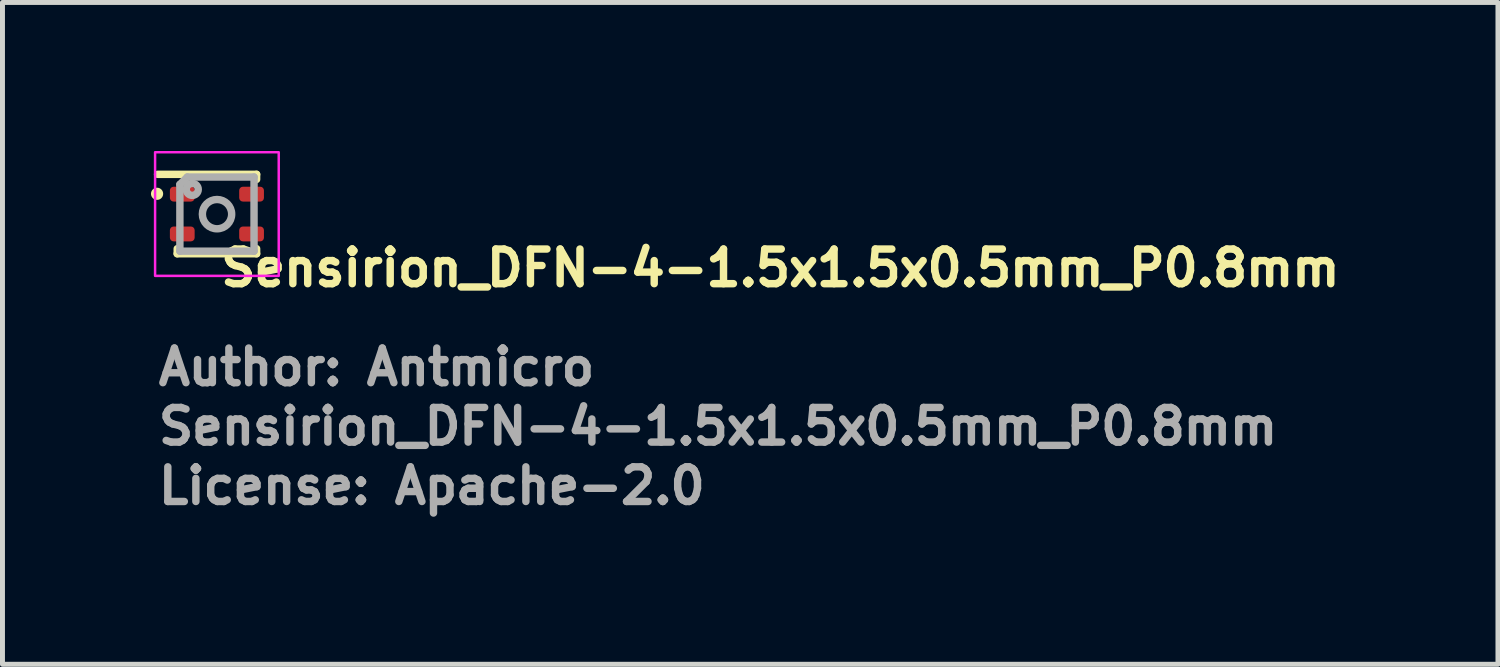
<source format=kicad_pcb>
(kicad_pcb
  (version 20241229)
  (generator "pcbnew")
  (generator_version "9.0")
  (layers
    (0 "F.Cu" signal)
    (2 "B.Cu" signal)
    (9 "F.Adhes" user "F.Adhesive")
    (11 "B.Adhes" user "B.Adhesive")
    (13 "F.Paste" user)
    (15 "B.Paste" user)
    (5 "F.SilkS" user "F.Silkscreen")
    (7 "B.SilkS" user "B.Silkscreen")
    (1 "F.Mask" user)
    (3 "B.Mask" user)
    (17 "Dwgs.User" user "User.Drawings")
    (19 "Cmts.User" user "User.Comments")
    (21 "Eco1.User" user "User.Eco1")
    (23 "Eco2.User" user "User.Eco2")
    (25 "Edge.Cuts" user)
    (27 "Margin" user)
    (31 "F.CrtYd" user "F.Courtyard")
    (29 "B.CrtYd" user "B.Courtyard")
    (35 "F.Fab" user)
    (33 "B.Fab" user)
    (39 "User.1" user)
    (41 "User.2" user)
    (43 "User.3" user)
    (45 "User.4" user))
  (footprint "Sensirion_DFN-4-1.5x1.5x0.5mm_P0.8mm"
    (layer "F.Cu")
    (at 1.333 1.275)
    (property "Reference" "Sensirion_DFN-4-1.5x1.5x0.5mm_P0.8mm" (at 0.001 1.499 0) (unlocked yes) (layer "F.SilkS") (effects (font (size 0.7 0.7) (thickness 0.15)) (justify left bottom)))
    (attr smd)
    (fp_line (start -0.803 0.699) (end -0.803 0.801) (stroke (width 0.15) (type solid)) (layer "F.SilkS"))
    (fp_line (start -0.803 0.801) (end 0.801 0.801) (stroke (width 0.15) (type solid)) (layer "F.SilkS"))
    (fp_line (start 0.801 -0.803) (end -1.2 -0.803) (stroke (width 0.15) (type solid)) (layer "F.SilkS"))
    (fp_line (start 0.801 -0.701) (end 0.801 -0.803) (stroke (width 0.15) (type solid)) (layer "F.SilkS"))
    (fp_line (start 0.801 0.801) (end 0.801 0.699) (stroke (width 0.15) (type solid)) (layer "F.SilkS"))
    (fp_circle (center -1.21 -0.41) (end -1.162 -0.41) (stroke (width 0.15) (type solid)) (fill yes) (layer "F.SilkS"))
    (fp_rect (start -1.25 -1.25) (end 1.248 1.248) (stroke (width 0.05) (type solid)) (fill no) (layer "F.CrtYd"))
    (fp_line (start -0.749 -0.599) (end -0.599 -0.749) (stroke (width 0.15) (type solid)) (layer "F.Fab"))
    (fp_line (start -0.749 0.749) (end -0.749 -0.599) (stroke (width 0.15) (type solid)) (layer "F.Fab"))
    (fp_line (start -0.599 -0.749) (end 0.749 -0.749) (stroke (width 0.15) (type solid)) (layer "F.Fab"))
    (fp_line (start 0.749 -0.749) (end 0.749 0.749) (stroke (width 0.15) (type solid)) (layer "F.Fab"))
    (fp_line (start 0.749 0.749) (end -0.749 0.749) (stroke (width 0.15) (type solid)) (layer "F.Fab"))
    (fp_circle (center -0.499 -0.499) (end -0.453 -0.499) (stroke (width 0.15) (type solid)) (fill no) (layer "F.Fab"))
    (fp_circle (center 0.001 0.001) (end 0.297 0.001) (stroke (width 0.15) (type solid)) (fill no) (layer "F.Fab"))
    (fp_rect (start -0.75 -0.75) (end 0.748 0.748) (stroke (width 0.1) (type solid)) (fill no) (layer "User.5"))
    (fp_line (start -0.75 -0.553) (end -0.75 -0.249) (stroke (width 0.02) (type solid)) (layer "User.9"))
    (fp_line (start -0.75 -0.249) (end -0.749 -0.249) (stroke (width 0.02) (type solid)) (layer "User.9"))
    (fp_line (start -0.75 0.247) (end -0.75 0.551) (stroke (width 0.02) (type solid)) (layer "User.9"))
    (fp_line (start -0.75 0.551) (end -0.749 0.551) (stroke (width 0.02) (type solid)) (layer "User.9"))
    (fp_line (start -0.749 -0.749) (end -0.749 0.747) (stroke (width 0.02) (type solid)) (layer "User.9"))
    (fp_line (start -0.749 -0.749) (end 0.747 -0.749) (stroke (width 0.02) (type solid)) (layer "User.9"))
    (fp_line (start -0.749 -0.553) (end -0.75 -0.553) (stroke (width 0.02) (type solid)) (layer "User.9"))
    (fp_line (start -0.749 0.247) (end -0.75 0.247) (stroke (width 0.02) (type solid)) (layer "User.9"))
    (fp_line (start -0.749 0.747) (end 0.747 0.747) (stroke (width 0.02) (type solid)) (layer "User.9"))
    (fp_line (start -0.624 -0.53) (end -0.624 -0.522) (stroke (width 0.02) (type solid)) (layer "User.9"))
    (fp_line (start -0.624 -0.522) (end -0.624 -0.515) (stroke (width 0.02) (type solid)) (layer "User.9"))
    (fp_line (start -0.624 -0.515) (end -0.624 -0.505) (stroke (width 0.02) (type solid)) (layer "User.9"))
    (fp_line (start -0.624 -0.505) (end -0.624 -0.497) (stroke (width 0.02) (type solid)) (layer "User.9"))
    (fp_line (start -0.624 -0.497) (end -0.622 -0.49) (stroke (width 0.02) (type solid)) (layer "User.9"))
    (fp_line (start -0.622 -0.537) (end -0.624 -0.53) (stroke (width 0.02) (type solid)) (layer "User.9"))
    (fp_line (start -0.622 -0.49) (end -0.621 -0.483) (stroke (width 0.02) (type solid)) (layer "User.9"))
    (fp_line (start -0.621 -0.544) (end -0.622 -0.537) (stroke (width 0.02) (type solid)) (layer "User.9"))
    (fp_line (start -0.621 -0.483) (end -0.619 -0.478) (stroke (width 0.02) (type solid)) (layer "User.9"))
    (fp_line (start -0.619 -0.551) (end -0.621 -0.544) (stroke (width 0.02) (type solid)) (layer "User.9"))
    (fp_line (start -0.619 -0.478) (end -0.616 -0.471) (stroke (width 0.02) (type solid)) (layer "User.9"))
    (fp_line (start -0.616 -0.558) (end -0.619 -0.551) (stroke (width 0.02) (type solid)) (layer "User.9"))
    (fp_line (start -0.616 -0.471) (end -0.613 -0.465) (stroke (width 0.02) (type solid)) (layer "User.9"))
    (fp_line (start -0.613 -0.564) (end -0.616 -0.558) (stroke (width 0.02) (type solid)) (layer "User.9"))
    (fp_line (start -0.613 -0.465) (end -0.609 -0.459) (stroke (width 0.02) (type solid)) (layer "User.9"))
    (fp_line (start -0.609 -0.57) (end -0.613 -0.564) (stroke (width 0.02) (type solid)) (layer "User.9"))
    (fp_line (start -0.609 -0.57) (end -0.609 -0.57) (stroke (width 0.02) (type solid)) (layer "User.9"))
    (fp_line (start -0.609 -0.459) (end -0.609 -0.459) (stroke (width 0.02) (type solid)) (layer "User.9"))
    (fp_line (start -0.609 -0.459) (end -0.607 -0.456) (stroke (width 0.02) (type solid)) (layer "User.9"))
    (fp_line (start -0.607 -0.456) (end -0.605 -0.452) (stroke (width 0.02) (type solid)) (layer "User.9"))
    (fp_line (start -0.605 -0.577) (end -0.609 -0.57) (stroke (width 0.02) (type solid)) (layer "User.9"))
    (fp_line (start -0.605 -0.452) (end -0.603 -0.446) (stroke (width 0.02) (type solid)) (layer "User.9"))
    (fp_line (start -0.603 -0.446) (end -0.601 -0.443) (stroke (width 0.02) (type solid)) (layer "User.9"))
    (fp_line (start -0.601 -0.581) (end -0.605 -0.577) (stroke (width 0.02) (type solid)) (layer "User.9"))
    (fp_line (start -0.601 -0.443) (end -0.599 -0.44) (stroke (width 0.02) (type solid)) (layer "User.9"))
    (fp_line (start -0.599 -0.44) (end -0.596 -0.438) (stroke (width 0.02) (type solid)) (layer "User.9"))
    (fp_line (start -0.596 -0.586) (end -0.601 -0.581) (stroke (width 0.02) (type solid)) (layer "User.9"))
    (fp_line (start -0.596 -0.438) (end -0.594 -0.435) (stroke (width 0.02) (type solid)) (layer "User.9"))
    (fp_line (start -0.594 -0.435) (end -0.591 -0.432) (stroke (width 0.02) (type solid)) (layer "User.9"))
    (fp_line (start -0.591 -0.592) (end -0.596 -0.586) (stroke (width 0.02) (type solid)) (layer "User.9"))
    (fp_line (start -0.591 -0.432) (end -0.589 -0.43) (stroke (width 0.02) (type solid)) (layer "User.9"))
    (fp_line (start -0.589 -0.43) (end -0.586 -0.427) (stroke (width 0.02) (type solid)) (layer "User.9"))
    (fp_line (start -0.586 -0.597) (end -0.591 -0.592) (stroke (width 0.02) (type solid)) (layer "User.9"))
    (fp_line (start -0.586 -0.427) (end -0.583 -0.425) (stroke (width 0.02) (type solid)) (layer "User.9"))
    (fp_line (start -0.583 -0.425) (end -0.58 -0.423) (stroke (width 0.02) (type solid)) (layer "User.9"))
    (fp_line (start -0.58 -0.601) (end -0.586 -0.597) (stroke (width 0.02) (type solid)) (layer "User.9"))
    (fp_line (start -0.58 -0.423) (end -0.577 -0.42) (stroke (width 0.02) (type solid)) (layer "User.9"))
    (fp_line (start -0.577 -0.42) (end -0.576 -0.418) (stroke (width 0.02) (type solid)) (layer "User.9"))
    (fp_line (start -0.576 -0.606) (end -0.58 -0.601) (stroke (width 0.02) (type solid)) (layer "User.9"))
    (fp_line (start -0.576 -0.418) (end -0.573 -0.417) (stroke (width 0.02) (type solid)) (layer "User.9"))
    (fp_line (start -0.573 -0.417) (end -0.57 -0.417) (stroke (width 0.02) (type solid)) (layer "User.9"))
    (fp_line (start -0.57 -0.609) (end -0.576 -0.606) (stroke (width 0.02) (type solid)) (layer "User.9"))
    (fp_line (start -0.57 -0.417) (end -0.567 -0.415) (stroke (width 0.02) (type solid)) (layer "User.9"))
    (fp_line (start -0.567 -0.415) (end -0.564 -0.413) (stroke (width 0.02) (type solid)) (layer "User.9"))
    (fp_line (start -0.564 -0.613) (end -0.57 -0.609) (stroke (width 0.02) (type solid)) (layer "User.9"))
    (fp_line (start -0.564 -0.413) (end -0.562 -0.412) (stroke (width 0.02) (type solid)) (layer "User.9"))
    (fp_line (start -0.562 -0.412) (end -0.558 -0.41) (stroke (width 0.02) (type solid)) (layer "User.9"))
    (fp_line (start -0.558 -0.616) (end -0.564 -0.613) (stroke (width 0.02) (type solid)) (layer "User.9"))
    (fp_line (start -0.558 -0.41) (end -0.555 -0.409) (stroke (width 0.02) (type solid)) (layer "User.9"))
    (fp_line (start -0.555 -0.409) (end -0.551 -0.408) (stroke (width 0.02) (type solid)) (layer "User.9"))
    (fp_line (start -0.551 -0.618) (end -0.558 -0.616) (stroke (width 0.02) (type solid)) (layer "User.9"))
    (fp_line (start -0.551 -0.408) (end -0.548 -0.407) (stroke (width 0.02) (type solid)) (layer "User.9"))
    (fp_line (start -0.548 -0.407) (end -0.544 -0.406) (stroke (width 0.02) (type solid)) (layer "User.9"))
    (fp_line (start -0.544 -0.621) (end -0.551 -0.618) (stroke (width 0.02) (type solid)) (layer "User.9"))
    (fp_line (start -0.544 -0.406) (end -0.541 -0.405) (stroke (width 0.02) (type solid)) (layer "User.9"))
    (fp_line (start -0.541 -0.405) (end -0.537 -0.405) (stroke (width 0.02) (type solid)) (layer "User.9"))
    (fp_line (start -0.537 -0.622) (end -0.544 -0.621) (stroke (width 0.02) (type solid)) (layer "User.9"))
    (fp_line (start -0.537 -0.405) (end -0.534 -0.404) (stroke (width 0.02) (type solid)) (layer "User.9"))
    (fp_line (start -0.534 -0.404) (end -0.53 -0.403) (stroke (width 0.02) (type solid)) (layer "User.9"))
    (fp_line (start -0.53 -0.624) (end -0.537 -0.622) (stroke (width 0.02) (type solid)) (layer "User.9"))
    (fp_line (start -0.53 -0.403) (end -0.526 -0.403) (stroke (width 0.02) (type solid)) (layer "User.9"))
    (fp_line (start -0.526 -0.403) (end -0.522 -0.403) (stroke (width 0.02) (type solid)) (layer "User.9"))
    (fp_line (start -0.522 -0.624) (end -0.53 -0.624) (stroke (width 0.02) (type solid)) (layer "User.9"))
    (fp_line (start -0.522 -0.403) (end -0.519 -0.403) (stroke (width 0.02) (type solid)) (layer "User.9"))
    (fp_line (start -0.519 -0.403) (end -0.515 -0.403) (stroke (width 0.02) (type solid)) (layer "User.9"))
    (fp_line (start -0.515 -0.624) (end -0.522 -0.624) (stroke (width 0.02) (type solid)) (layer "User.9"))
    (fp_line (start -0.515 -0.403) (end -0.505 -0.403) (stroke (width 0.02) (type solid)) (layer "User.9"))
    (fp_line (start -0.508 -0.624) (end -0.515 -0.624) (stroke (width 0.02) (type solid)) (layer "User.9"))
    (fp_line (start -0.505 -0.624) (end -0.508 -0.624) (stroke (width 0.02) (type solid)) (layer "User.9"))
    (fp_line (start -0.505 -0.403) (end -0.497 -0.403) (stroke (width 0.02) (type solid)) (layer "User.9"))
    (fp_line (start -0.501 -0.624) (end -0.505 -0.624) (stroke (width 0.02) (type solid)) (layer "User.9"))
    (fp_line (start -0.497 -0.624) (end -0.501 -0.624) (stroke (width 0.02) (type solid)) (layer "User.9"))
    (fp_line (start -0.497 -0.403) (end -0.49 -0.405) (stroke (width 0.02) (type solid)) (layer "User.9"))
    (fp_line (start -0.493 -0.623) (end -0.497 -0.624) (stroke (width 0.02) (type solid)) (layer "User.9"))
    (fp_line (start -0.49 -0.622) (end -0.493 -0.623) (stroke (width 0.02) (type solid)) (layer "User.9"))
    (fp_line (start -0.49 -0.405) (end -0.483 -0.406) (stroke (width 0.02) (type solid)) (layer "User.9"))
    (fp_line (start -0.486 -0.622) (end -0.49 -0.622) (stroke (width 0.02) (type solid)) (layer "User.9"))
    (fp_line (start -0.483 -0.621) (end -0.486 -0.622) (stroke (width 0.02) (type solid)) (layer "User.9"))
    (fp_line (start -0.483 -0.406) (end -0.478 -0.408) (stroke (width 0.02) (type solid)) (layer "User.9"))
    (fp_line (start -0.48 -0.62) (end -0.483 -0.621) (stroke (width 0.02) (type solid)) (layer "User.9"))
    (fp_line (start -0.478 -0.618) (end -0.48 -0.62) (stroke (width 0.02) (type solid)) (layer "User.9"))
    (fp_line (start -0.478 -0.408) (end -0.471 -0.41) (stroke (width 0.02) (type solid)) (layer "User.9"))
    (fp_line (start -0.474 -0.617) (end -0.478 -0.618) (stroke (width 0.02) (type solid)) (layer "User.9"))
    (fp_line (start -0.471 -0.616) (end -0.474 -0.617) (stroke (width 0.02) (type solid)) (layer "User.9"))
    (fp_line (start -0.471 -0.41) (end -0.465 -0.413) (stroke (width 0.02) (type solid)) (layer "User.9"))
    (fp_line (start -0.468 -0.614) (end -0.471 -0.616) (stroke (width 0.02) (type solid)) (layer "User.9"))
    (fp_line (start -0.465 -0.613) (end -0.468 -0.614) (stroke (width 0.02) (type solid)) (layer "User.9"))
    (fp_line (start -0.465 -0.413) (end -0.459 -0.417) (stroke (width 0.02) (type solid)) (layer "User.9"))
    (fp_line (start -0.462 -0.611) (end -0.465 -0.613) (stroke (width 0.02) (type solid)) (layer "User.9"))
    (fp_line (start -0.459 -0.609) (end -0.462 -0.611) (stroke (width 0.02) (type solid)) (layer "User.9"))
    (fp_line (start -0.459 -0.417) (end -0.453 -0.418) (stroke (width 0.02) (type solid)) (layer "User.9"))
    (fp_line (start -0.456 -0.608) (end -0.459 -0.609) (stroke (width 0.02) (type solid)) (layer "User.9"))
    (fp_line (start -0.453 -0.606) (end -0.456 -0.608) (stroke (width 0.02) (type solid)) (layer "User.9"))
    (fp_line (start -0.453 -0.418) (end -0.444 -0.423) (stroke (width 0.02) (type solid)) (layer "User.9"))
    (fp_line (start -0.447 -0.604) (end -0.453 -0.606) (stroke (width 0.02) (type solid)) (layer "User.9"))
    (fp_line (start -0.444 -0.601) (end -0.447 -0.604) (stroke (width 0.02) (type solid)) (layer "User.9"))
    (fp_line (start -0.444 -0.423) (end -0.438 -0.427) (stroke (width 0.02) (type solid)) (layer "User.9"))
    (fp_line (start -0.441 -0.599) (end -0.444 -0.601) (stroke (width 0.02) (type solid)) (layer "User.9"))
    (fp_line (start -0.438 -0.597) (end -0.441 -0.599) (stroke (width 0.02) (type solid)) (layer "User.9"))
    (fp_line (start -0.438 -0.427) (end -0.433 -0.432) (stroke (width 0.02) (type solid)) (layer "User.9"))
    (fp_line (start -0.435 -0.594) (end -0.438 -0.597) (stroke (width 0.02) (type solid)) (layer "User.9"))
    (fp_line (start -0.433 -0.592) (end -0.435 -0.594) (stroke (width 0.02) (type solid)) (layer "User.9"))
    (fp_line (start -0.433 -0.432) (end -0.428 -0.438) (stroke (width 0.02) (type solid)) (layer "User.9"))
    (fp_line (start -0.43 -0.589) (end -0.433 -0.592) (stroke (width 0.02) (type solid)) (layer "User.9"))
    (fp_line (start -0.428 -0.586) (end -0.43 -0.589) (stroke (width 0.02) (type solid)) (layer "User.9"))
    (fp_line (start -0.428 -0.438) (end -0.423 -0.443) (stroke (width 0.02) (type solid)) (layer "User.9"))
    (fp_line (start -0.425 -0.584) (end -0.428 -0.586) (stroke (width 0.02) (type solid)) (layer "User.9"))
    (fp_line (start -0.423 -0.581) (end -0.425 -0.584) (stroke (width 0.02) (type solid)) (layer "User.9"))
    (fp_line (start -0.423 -0.443) (end -0.419 -0.452) (stroke (width 0.02) (type solid)) (layer "User.9"))
    (fp_line (start -0.421 -0.578) (end -0.423 -0.581) (stroke (width 0.02) (type solid)) (layer "User.9"))
    (fp_line (start -0.419 -0.577) (end -0.421 -0.578) (stroke (width 0.02) (type solid)) (layer "User.9"))
    (fp_line (start -0.419 -0.452) (end -0.417 -0.459) (stroke (width 0.02) (type solid)) (layer "User.9"))
    (fp_line (start -0.417 -0.573) (end -0.419 -0.577) (stroke (width 0.02) (type solid)) (layer "User.9"))
    (fp_line (start -0.417 -0.57) (end -0.417 -0.573) (stroke (width 0.02) (type solid)) (layer "User.9"))
    (fp_line (start -0.417 -0.57) (end -0.417 -0.57) (stroke (width 0.02) (type solid)) (layer "User.9"))
    (fp_line (start -0.417 -0.459) (end -0.417 -0.459) (stroke (width 0.02) (type solid)) (layer "User.9"))
    (fp_line (start -0.417 -0.459) (end -0.413 -0.465) (stroke (width 0.02) (type solid)) (layer "User.9"))
    (fp_line (start -0.413 -0.564) (end -0.417 -0.57) (stroke (width 0.02) (type solid)) (layer "User.9"))
    (fp_line (start -0.413 -0.465) (end -0.41 -0.471) (stroke (width 0.02) (type solid)) (layer "User.9"))
    (fp_line (start -0.41 -0.558) (end -0.413 -0.564) (stroke (width 0.02) (type solid)) (layer "User.9"))
    (fp_line (start -0.41 -0.471) (end -0.407 -0.478) (stroke (width 0.02) (type solid)) (layer "User.9"))
    (fp_line (start -0.407 -0.551) (end -0.41 -0.558) (stroke (width 0.02) (type solid)) (layer "User.9"))
    (fp_line (start -0.407 -0.478) (end -0.406 -0.483) (stroke (width 0.02) (type solid)) (layer "User.9"))
    (fp_line (start -0.406 -0.544) (end -0.407 -0.551) (stroke (width 0.02) (type solid)) (layer "User.9"))
    (fp_line (start -0.406 -0.483) (end -0.405 -0.49) (stroke (width 0.02) (type solid)) (layer "User.9"))
    (fp_line (start -0.405 -0.537) (end -0.406 -0.544) (stroke (width 0.02) (type solid)) (layer "User.9"))
    (fp_line (start -0.405 -0.49) (end -0.403 -0.497) (stroke (width 0.02) (type solid)) (layer "User.9"))
    (fp_line (start -0.403 -0.53) (end -0.405 -0.537) (stroke (width 0.02) (type solid)) (layer "User.9"))
    (fp_line (start -0.403 -0.522) (end -0.403 -0.53) (stroke (width 0.02) (type solid)) (layer "User.9"))
    (fp_line (start -0.403 -0.515) (end -0.403 -0.522) (stroke (width 0.02) (type solid)) (layer "User.9"))
    (fp_line (start -0.403 -0.505) (end -0.403 -0.515) (stroke (width 0.02) (type solid)) (layer "User.9"))
    (fp_line (start -0.403 -0.497) (end -0.403 -0.505) (stroke (width 0.02) (type solid)) (layer "User.9"))
    (fp_line (start -0.267 -0.479) (end -0.235 -0.479) (stroke (width 0.02) (type solid)) (layer "User.9"))
    (fp_line (start -0.267 -0.475) (end -0.267 -0.479) (stroke (width 0.02) (type solid)) (layer "User.9"))
    (fp_line (start -0.266 -0.47) (end -0.267 -0.475) (stroke (width 0.02) (type solid)) (layer "User.9"))
    (fp_line (start -0.266 -0.466) (end -0.266 -0.47) (stroke (width 0.02) (type solid)) (layer "User.9"))
    (fp_line (start -0.265 -0.462) (end -0.266 -0.466) (stroke (width 0.02) (type solid)) (layer "User.9"))
    (fp_line (start -0.264 -0.458) (end -0.265 -0.462) (stroke (width 0.02) (type solid)) (layer "User.9"))
    (fp_line (start -0.262 -0.454) (end -0.264 -0.458) (stroke (width 0.02) (type solid)) (layer "User.9"))
    (fp_line (start -0.261 -0.446) (end -0.262 -0.454) (stroke (width 0.02) (type solid)) (layer "User.9"))
    (fp_line (start -0.259 -0.442) (end -0.261 -0.446) (stroke (width 0.02) (type solid)) (layer "User.9"))
    (fp_line (start -0.255 -0.575) (end -0.254 -0.577) (stroke (width 0.02) (type solid)) (layer "User.9"))
    (fp_line (start -0.255 -0.572) (end -0.255 -0.575) (stroke (width 0.02) (type solid)) (layer "User.9"))
    (fp_line (start -0.255 -0.568) (end -0.255 -0.572) (stroke (width 0.02) (type solid)) (layer "User.9"))
    (fp_line (start -0.255 -0.564) (end -0.255 -0.568) (stroke (width 0.02) (type solid)) (layer "User.9"))
    (fp_line (start -0.254 -0.58) (end -0.253 -0.584) (stroke (width 0.02) (type solid)) (layer "User.9"))
    (fp_line (start -0.254 -0.577) (end -0.254 -0.58) (stroke (width 0.02) (type solid)) (layer "User.9"))
    (fp_line (start -0.254 -0.561) (end -0.255 -0.564) (stroke (width 0.02) (type solid)) (layer "User.9"))
    (fp_line (start -0.254 -0.559) (end -0.254 -0.561) (stroke (width 0.02) (type solid)) (layer "User.9"))
    (fp_line (start -0.254 -0.557) (end -0.254 -0.559) (stroke (width 0.02) (type solid)) (layer "User.9"))
    (fp_line (start -0.254 -0.439) (end -0.259 -0.442) (stroke (width 0.02) (type solid)) (layer "User.9"))
    (fp_line (start -0.253 -0.584) (end -0.252 -0.587) (stroke (width 0.02) (type solid)) (layer "User.9"))
    (fp_line (start -0.253 -0.555) (end -0.254 -0.557) (stroke (width 0.02) (type solid)) (layer "User.9"))
    (fp_line (start -0.252 -0.587) (end -0.25 -0.59) (stroke (width 0.02) (type solid)) (layer "User.9"))
    (fp_line (start -0.252 -0.553) (end -0.253 -0.555) (stroke (width 0.02) (type solid)) (layer "User.9"))
    (fp_line (start -0.252 -0.551) (end -0.252 -0.553) (stroke (width 0.02) (type solid)) (layer "User.9"))
    (fp_line (start -0.252 -0.435) (end -0.254 -0.439) (stroke (width 0.02) (type solid)) (layer "User.9"))
    (fp_line (start -0.251 -0.549) (end -0.252 -0.551) (stroke (width 0.02) (type solid)) (layer "User.9"))
    (fp_line (start -0.25 -0.59) (end -0.249 -0.593) (stroke (width 0.02) (type solid)) (layer "User.9"))
    (fp_line (start -0.25 -0.548) (end -0.251 -0.549) (stroke (width 0.02) (type solid)) (layer "User.9"))
    (fp_line (start -0.25 -0.546) (end -0.25 -0.548) (stroke (width 0.02) (type solid)) (layer "User.9"))
    (fp_line (start -0.249 -0.75) (end -0.249 -0.749) (stroke (width 0.02) (type solid)) (layer "User.9"))
    (fp_line (start -0.249 -0.593) (end -0.247 -0.596) (stroke (width 0.02) (type solid)) (layer "User.9"))
    (fp_line (start -0.249 -0.544) (end -0.25 -0.546) (stroke (width 0.02) (type solid)) (layer "User.9"))
    (fp_line (start -0.249 -0.431) (end -0.252 -0.435) (stroke (width 0.02) (type solid)) (layer "User.9"))
    (fp_line (start -0.249 0.747) (end -0.249 0.748) (stroke (width 0.02) (type solid)) (layer "User.9"))
    (fp_line (start -0.249 0.748) (end -0.102 0.748) (stroke (width 0.02) (type solid)) (layer "User.9"))
    (fp_line (start -0.248 -0.543) (end -0.249 -0.544) (stroke (width 0.02) (type solid)) (layer "User.9"))
    (fp_line (start -0.247 -0.596) (end -0.245 -0.599) (stroke (width 0.02) (type solid)) (layer "User.9"))
    (fp_line (start -0.247 -0.541) (end -0.248 -0.543) (stroke (width 0.02) (type solid)) (layer "User.9"))
    (fp_line (start -0.247 -0.428) (end -0.249 -0.431) (stroke (width 0.02) (type solid)) (layer "User.9"))
    (fp_line (start -0.246 -0.54) (end -0.247 -0.541) (stroke (width 0.02) (type solid)) (layer "User.9"))
    (fp_line (start -0.245 -0.599) (end -0.243 -0.601) (stroke (width 0.02) (type solid)) (layer "User.9"))
    (fp_line (start -0.245 -0.538) (end -0.246 -0.54) (stroke (width 0.02) (type solid)) (layer "User.9"))
    (fp_line (start -0.244 -0.537) (end -0.245 -0.538) (stroke (width 0.02) (type solid)) (layer "User.9"))
    (fp_line (start -0.244 -0.424) (end -0.247 -0.428) (stroke (width 0.02) (type solid)) (layer "User.9"))
    (fp_line (start -0.243 -0.601) (end -0.241 -0.604) (stroke (width 0.02) (type solid)) (layer "User.9"))
    (fp_line (start -0.243 -0.535) (end -0.244 -0.537) (stroke (width 0.02) (type solid)) (layer "User.9"))
    (fp_line (start -0.241 -0.604) (end -0.24 -0.606) (stroke (width 0.02) (type solid)) (layer "User.9"))
    (fp_line (start -0.241 -0.534) (end -0.243 -0.535) (stroke (width 0.02) (type solid)) (layer "User.9"))
    (fp_line (start -0.241 -0.421) (end -0.244 -0.424) (stroke (width 0.02) (type solid)) (layer "User.9"))
    (fp_line (start -0.24 -0.606) (end -0.238 -0.608) (stroke (width 0.02) (type solid)) (layer "User.9"))
    (fp_line (start -0.24 -0.532) (end -0.241 -0.534) (stroke (width 0.02) (type solid)) (layer "User.9"))
    (fp_line (start -0.24 -0.531) (end -0.24 -0.532) (stroke (width 0.02) (type solid)) (layer "User.9"))
    (fp_line (start -0.239 -0.53) (end -0.24 -0.531) (stroke (width 0.02) (type solid)) (layer "User.9"))
    (fp_line (start -0.239 -0.418) (end -0.241 -0.421) (stroke (width 0.02) (type solid)) (layer "User.9"))
    (fp_line (start -0.238 -0.608) (end -0.235 -0.611) (stroke (width 0.02) (type solid)) (layer "User.9"))
    (fp_line (start -0.238 -0.529) (end -0.239 -0.53) (stroke (width 0.02) (type solid)) (layer "User.9"))
    (fp_line (start -0.236 -0.527) (end -0.238 -0.529) (stroke (width 0.02) (type solid)) (layer "User.9"))
    (fp_line (start -0.236 -0.416) (end -0.239 -0.418) (stroke (width 0.02) (type solid)) (layer "User.9"))
    (fp_line (start -0.236 -0.416) (end -0.236 -0.416) (stroke (width 0.02) (type solid)) (layer "User.9"))
    (fp_line (start -0.235 -0.611) (end -0.233 -0.613) (stroke (width 0.02) (type solid)) (layer "User.9"))
    (fp_line (start -0.235 -0.526) (end -0.236 -0.527) (stroke (width 0.02) (type solid)) (layer "User.9"))
    (fp_line (start -0.235 -0.479) (end -0.235 -0.476) (stroke (width 0.02) (type solid)) (layer "User.9"))
    (fp_line (start -0.235 -0.476) (end -0.235 -0.473) (stroke (width 0.02) (type solid)) (layer "User.9"))
    (fp_line (start -0.235 -0.473) (end -0.235 -0.47) (stroke (width 0.02) (type solid)) (layer "User.9"))
    (fp_line (start -0.235 -0.47) (end -0.234 -0.469) (stroke (width 0.02) (type solid)) (layer "User.9"))
    (fp_line (start -0.234 -0.469) (end -0.233 -0.466) (stroke (width 0.02) (type solid)) (layer "User.9"))
    (fp_line (start -0.233 -0.613) (end -0.23 -0.615) (stroke (width 0.02) (type solid)) (layer "User.9"))
    (fp_line (start -0.233 -0.466) (end -0.232 -0.463) (stroke (width 0.02) (type solid)) (layer "User.9"))
    (fp_line (start -0.233 -0.414) (end -0.236 -0.416) (stroke (width 0.02) (type solid)) (layer "User.9"))
    (fp_line (start -0.232 -0.524) (end -0.235 -0.526) (stroke (width 0.02) (type solid)) (layer "User.9"))
    (fp_line (start -0.232 -0.463) (end -0.231 -0.46) (stroke (width 0.02) (type solid)) (layer "User.9"))
    (fp_line (start -0.231 -0.46) (end -0.23 -0.458) (stroke (width 0.02) (type solid)) (layer "User.9"))
    (fp_line (start -0.23 -0.615) (end -0.227 -0.616) (stroke (width 0.02) (type solid)) (layer "User.9"))
    (fp_line (start -0.23 -0.458) (end -0.229 -0.455) (stroke (width 0.02) (type solid)) (layer "User.9"))
    (fp_line (start -0.23 -0.412) (end -0.233 -0.414) (stroke (width 0.02) (type solid)) (layer "User.9"))
    (fp_line (start -0.229 -0.522) (end -0.232 -0.524) (stroke (width 0.02) (type solid)) (layer "User.9"))
    (fp_line (start -0.229 -0.455) (end -0.227 -0.453) (stroke (width 0.02) (type solid)) (layer "User.9"))
    (fp_line (start -0.227 -0.616) (end -0.221 -0.618) (stroke (width 0.02) (type solid)) (layer "User.9"))
    (fp_line (start -0.227 -0.57) (end -0.227 -0.568) (stroke (width 0.02) (type solid)) (layer "User.9"))
    (fp_line (start -0.227 -0.568) (end -0.223 -0.567) (stroke (width 0.02) (type solid)) (layer "User.9"))
    (fp_line (start -0.227 -0.453) (end -0.223 -0.451) (stroke (width 0.02) (type solid)) (layer "User.9"))
    (fp_line (start -0.223 -0.576) (end -0.223 -0.574) (stroke (width 0.02) (type solid)) (layer "User.9"))
    (fp_line (start -0.223 -0.574) (end -0.223 -0.572) (stroke (width 0.02) (type solid)) (layer "User.9"))
    (fp_line (start -0.223 -0.572) (end -0.227 -0.57) (stroke (width 0.02) (type solid)) (layer "User.9"))
    (fp_line (start -0.223 -0.567) (end -0.223 -0.566) (stroke (width 0.02) (type solid)) (layer "User.9"))
    (fp_line (start -0.223 -0.566) (end -0.223 -0.564) (stroke (width 0.02) (type solid)) (layer "User.9"))
    (fp_line (start -0.223 -0.564) (end -0.223 -0.563) (stroke (width 0.02) (type solid)) (layer "User.9"))
    (fp_line (start -0.223 -0.563) (end -0.222 -0.563) (stroke (width 0.02) (type solid)) (layer "User.9"))
    (fp_line (start -0.223 -0.451) (end -0.221 -0.445) (stroke (width 0.02) (type solid)) (layer "User.9"))
    (fp_line (start -0.223 -0.41) (end -0.23 -0.412) (stroke (width 0.02) (type solid)) (layer "User.9"))
    (fp_line (start -0.222 -0.578) (end -0.222 -0.577) (stroke (width 0.02) (type solid)) (layer "User.9"))
    (fp_line (start -0.222 -0.577) (end -0.223 -0.576) (stroke (width 0.02) (type solid)) (layer "User.9"))
    (fp_line (start -0.222 -0.563) (end -0.222 -0.561) (stroke (width 0.02) (type solid)) (layer "User.9"))
    (fp_line (start -0.222 -0.561) (end -0.222 -0.56) (stroke (width 0.02) (type solid)) (layer "User.9"))
    (fp_line (start -0.222 -0.56) (end -0.221 -0.559) (stroke (width 0.02) (type solid)) (layer "User.9"))
    (fp_line (start -0.222 -0.52) (end -0.229 -0.522) (stroke (width 0.02) (type solid)) (layer "User.9"))
    (fp_line (start -0.221 -0.618) (end -0.218 -0.62) (stroke (width 0.02) (type solid)) (layer "User.9"))
    (fp_line (start -0.221 -0.58) (end -0.222 -0.578) (stroke (width 0.02) (type solid)) (layer "User.9"))
    (fp_line (start -0.221 -0.559) (end -0.22 -0.558) (stroke (width 0.02) (type solid)) (layer "User.9"))
    (fp_line (start -0.221 -0.445) (end -0.219 -0.443) (stroke (width 0.02) (type solid)) (layer "User.9"))
    (fp_line (start -0.22 -0.582) (end -0.221 -0.58) (stroke (width 0.02) (type solid)) (layer "User.9"))
    (fp_line (start -0.22 -0.558) (end -0.22 -0.556) (stroke (width 0.02) (type solid)) (layer "User.9"))
    (fp_line (start -0.22 -0.556) (end -0.219 -0.555) (stroke (width 0.02) (type solid)) (layer "User.9"))
    (fp_line (start -0.219 -0.584) (end -0.22 -0.582) (stroke (width 0.02) (type solid)) (layer "User.9"))
    (fp_line (start -0.219 -0.555) (end -0.218 -0.554) (stroke (width 0.02) (type solid)) (layer "User.9"))
    (fp_line (start -0.219 -0.443) (end -0.218 -0.441) (stroke (width 0.02) (type solid)) (layer "User.9"))
    (fp_line (start -0.219 -0.408) (end -0.223 -0.41) (stroke (width 0.02) (type solid)) (layer "User.9"))
    (fp_line (start -0.218 -0.62) (end -0.215 -0.621) (stroke (width 0.02) (type solid)) (layer "User.9"))
    (fp_line (start -0.218 -0.585) (end -0.219 -0.584) (stroke (width 0.02) (type solid)) (layer "User.9"))
    (fp_line (start -0.218 -0.554) (end -0.217 -0.553) (stroke (width 0.02) (type solid)) (layer "User.9"))
    (fp_line (start -0.218 -0.441) (end -0.216 -0.439) (stroke (width 0.02) (type solid)) (layer "User.9"))
    (fp_line (start -0.217 -0.587) (end -0.218 -0.585) (stroke (width 0.02) (type solid)) (layer "User.9"))
    (fp_line (start -0.217 -0.553) (end -0.216 -0.552) (stroke (width 0.02) (type solid)) (layer "User.9"))
    (fp_line (start -0.216 -0.588) (end -0.217 -0.587) (stroke (width 0.02) (type solid)) (layer "User.9"))
    (fp_line (start -0.216 -0.552) (end -0.215 -0.551) (stroke (width 0.02) (type solid)) (layer "User.9"))
    (fp_line (start -0.216 -0.439) (end -0.214 -0.437) (stroke (width 0.02) (type solid)) (layer "User.9"))
    (fp_line (start -0.215 -0.621) (end -0.212 -0.622) (stroke (width 0.02) (type solid)) (layer "User.9"))
    (fp_line (start -0.215 -0.551) (end -0.21 -0.548) (stroke (width 0.02) (type solid)) (layer "User.9"))
    (fp_line (start -0.215 -0.407) (end -0.219 -0.408) (stroke (width 0.02) (type solid)) (layer "User.9"))
    (fp_line (start -0.214 -0.59) (end -0.216 -0.588) (stroke (width 0.02) (type solid)) (layer "User.9"))
    (fp_line (start -0.214 -0.437) (end -0.211 -0.435) (stroke (width 0.02) (type solid)) (layer "User.9"))
    (fp_line (start -0.213 -0.591) (end -0.214 -0.59) (stroke (width 0.02) (type solid)) (layer "User.9"))
    (fp_line (start -0.212 -0.622) (end -0.209 -0.623) (stroke (width 0.02) (type solid)) (layer "User.9"))
    (fp_line (start -0.212 -0.517) (end -0.222 -0.52) (stroke (width 0.02) (type solid)) (layer "User.9"))
    (fp_line (start -0.211 -0.592) (end -0.213 -0.591) (stroke (width 0.02) (type solid)) (layer "User.9"))
    (fp_line (start -0.211 -0.435) (end -0.209 -0.434) (stroke (width 0.02) (type solid)) (layer "User.9"))
    (fp_line (start -0.211 -0.406) (end -0.215 -0.407) (stroke (width 0.02) (type solid)) (layer "User.9"))
    (fp_line (start -0.21 -0.548) (end -0.207 -0.545) (stroke (width 0.02) (type solid)) (layer "User.9"))
    (fp_line (start -0.209 -0.623) (end -0.207 -0.624) (stroke (width 0.02) (type solid)) (layer "User.9"))
    (fp_line (start -0.209 -0.594) (end -0.209 -0.593) (stroke (width 0.02) (type solid)) (layer "User.9"))
    (fp_line (start -0.209 -0.593) (end -0.211 -0.592) (stroke (width 0.02) (type solid)) (layer "User.9"))
    (fp_line (start -0.209 -0.434) (end -0.209 -0.432) (stroke (width 0.02) (type solid)) (layer "User.9"))
    (fp_line (start -0.209 -0.432) (end -0.206 -0.43) (stroke (width 0.02) (type solid)) (layer "User.9"))
    (fp_line (start -0.209 -0.404) (end -0.211 -0.406) (stroke (width 0.02) (type solid)) (layer "User.9"))
    (fp_line (start -0.207 -0.624) (end -0.204 -0.625) (stroke (width 0.02) (type solid)) (layer "User.9"))
    (fp_line (start -0.207 -0.545) (end -0.203 -0.543) (stroke (width 0.02) (type solid)) (layer "User.9"))
    (fp_line (start -0.206 -0.596) (end -0.209 -0.594) (stroke (width 0.02) (type solid)) (layer "User.9"))
    (fp_line (start -0.206 -0.43) (end -0.204 -0.429) (stroke (width 0.02) (type solid)) (layer "User.9"))
    (fp_line (start -0.205 -0.51) (end -0.212 -0.517) (stroke (width 0.02) (type solid)) (layer "User.9"))
    (fp_line (start -0.205 -0.403) (end -0.209 -0.404) (stroke (width 0.02) (type solid)) (layer "User.9"))
    (fp_line (start -0.204 -0.625) (end -0.201 -0.626) (stroke (width 0.02) (type solid)) (layer "User.9"))
    (fp_line (start -0.204 -0.429) (end -0.202 -0.428) (stroke (width 0.02) (type solid)) (layer "User.9"))
    (fp_line (start -0.203 -0.598) (end -0.206 -0.596) (stroke (width 0.02) (type solid)) (layer "User.9"))
    (fp_line (start -0.203 -0.543) (end -0.198 -0.541) (stroke (width 0.02) (type solid)) (layer "User.9"))
    (fp_line (start -0.203 0.001) (end -0.202 0.013) (stroke (width 0.02) (type solid)) (layer "User.9"))
    (fp_line (start -0.202 -0.428) (end -0.2 -0.427) (stroke (width 0.02) (type solid)) (layer "User.9"))
    (fp_line (start -0.202 -0.402) (end -0.205 -0.403) (stroke (width 0.02) (type solid)) (layer "User.9"))
    (fp_line (start -0.202 -0.014) (end -0.203 0.001) (stroke (width 0.02) (type solid)) (layer "User.9"))
    (fp_line (start -0.202 0.013) (end -0.201 0.026) (stroke (width 0.02) (type solid)) (layer "User.9"))
    (fp_line (start -0.201 -0.626) (end -0.197 -0.627) (stroke (width 0.02) (type solid)) (layer "User.9"))
    (fp_line (start -0.201 -0.027) (end -0.202 -0.014) (stroke (width 0.02) (type solid)) (layer "User.9"))
    (fp_line (start -0.201 0.026) (end -0.199 0.036) (stroke (width 0.02) (type solid)) (layer "User.9"))
    (fp_line (start -0.2 -0.427) (end -0.197 -0.426) (stroke (width 0.02) (type solid)) (layer "User.9"))
    (fp_line (start -0.199 -0.599) (end -0.203 -0.598) (stroke (width 0.02) (type solid)) (layer "User.9"))
    (fp_line (start -0.199 -0.038) (end -0.201 -0.027) (stroke (width 0.02) (type solid)) (layer "User.9"))
    (fp_line (start -0.199 0.036) (end -0.196 0.051) (stroke (width 0.02) (type solid)) (layer "User.9"))
    (fp_line (start -0.198 -0.541) (end -0.189 -0.539) (stroke (width 0.02) (type solid)) (layer "User.9"))
    (fp_line (start -0.198 -0.401) (end -0.202 -0.402) (stroke (width 0.02) (type solid)) (layer "User.9"))
    (fp_line (start -0.197 -0.627) (end -0.191 -0.627) (stroke (width 0.02) (type solid)) (layer "User.9"))
    (fp_line (start -0.197 -0.426) (end -0.191 -0.425) (stroke (width 0.02) (type solid)) (layer "User.9"))
    (fp_line (start -0.196 -0.507) (end -0.205 -0.51) (stroke (width 0.02) (type solid)) (layer "User.9"))
    (fp_line (start -0.196 -0.053) (end -0.199 -0.038) (stroke (width 0.02) (type solid)) (layer "User.9"))
    (fp_line (start -0.196 0.051) (end -0.189 0.061) (stroke (width 0.02) (type solid)) (layer "User.9"))
    (fp_line (start -0.195 -0.6) (end -0.199 -0.599) (stroke (width 0.02) (type solid)) (layer "User.9"))
    (fp_line (start -0.191 -0.627) (end -0.187 -0.627) (stroke (width 0.02) (type solid)) (layer "User.9"))
    (fp_line (start -0.191 -0.425) (end -0.188 -0.424) (stroke (width 0.02) (type solid)) (layer "User.9"))
    (fp_line (start -0.191 -0.401) (end -0.198 -0.401) (stroke (width 0.02) (type solid)) (layer "User.9"))
    (fp_line (start -0.189 -0.539) (end -0.183 -0.537) (stroke (width 0.02) (type solid)) (layer "User.9"))
    (fp_line (start -0.189 -0.063) (end -0.196 -0.053) (stroke (width 0.02) (type solid)) (layer "User.9"))
    (fp_line (start -0.189 0.061) (end -0.184 0.074) (stroke (width 0.02) (type solid)) (layer "User.9"))
    (fp_line (start -0.188 -0.601) (end -0.195 -0.6) (stroke (width 0.02) (type solid)) (layer "User.9"))
    (fp_line (start -0.188 -0.424) (end -0.186 -0.423) (stroke (width 0.02) (type solid)) (layer "User.9"))
    (fp_line (start -0.187 -0.627) (end -0.184 -0.628) (stroke (width 0.02) (type solid)) (layer "User.9"))
    (fp_line (start -0.187 -0.4) (end -0.191 -0.401) (stroke (width 0.02) (type solid)) (layer "User.9"))
    (fp_line (start -0.186 -0.423) (end -0.183 -0.423) (stroke (width 0.02) (type solid)) (layer "User.9"))
    (fp_line (start -0.184 -0.628) (end -0.181 -0.628) (stroke (width 0.02) (type solid)) (layer "User.9"))
    (fp_line (start -0.184 -0.601) (end -0.188 -0.601) (stroke (width 0.02) (type solid)) (layer "User.9"))
    (fp_line (start -0.184 -0.076) (end -0.189 -0.063) (stroke (width 0.02) (type solid)) (layer "User.9"))
    (fp_line (start -0.184 0.074) (end -0.179 0.087) (stroke (width 0.02) (type solid)) (layer "User.9"))
    (fp_line (start -0.183 -0.537) (end -0.174 -0.534) (stroke (width 0.02) (type solid)) (layer "User.9"))
    (fp_line (start -0.183 -0.504) (end -0.196 -0.507) (stroke (width 0.02) (type solid)) (layer "User.9"))
    (fp_line (start -0.183 -0.423) (end -0.18 -0.423) (stroke (width 0.02) (type solid)) (layer "User.9"))
    (fp_line (start -0.183 -0.4) (end -0.187 -0.4) (stroke (width 0.02) (type solid)) (layer "User.9"))
    (fp_line (start -0.181 -0.628) (end -0.177 -0.627) (stroke (width 0.02) (type solid)) (layer "User.9"))
    (fp_line (start -0.18 -0.602) (end -0.184 -0.601) (stroke (width 0.02) (type solid)) (layer "User.9"))
    (fp_line (start -0.18 -0.423) (end -0.177 -0.422) (stroke (width 0.02) (type solid)) (layer "User.9"))
    (fp_line (start -0.179 -0.088) (end -0.184 -0.076) (stroke (width 0.02) (type solid)) (layer "User.9"))
    (fp_line (start -0.179 0.087) (end -0.175 0.101) (stroke (width 0.02) (type solid)) (layer "User.9"))
    (fp_line (start -0.178 -0.4) (end -0.183 -0.4) (stroke (width 0.02) (type solid)) (layer "User.9"))
    (fp_line (start -0.177 -0.627) (end -0.172 -0.628) (stroke (width 0.02) (type solid)) (layer "User.9"))
    (fp_line (start -0.177 -0.422) (end -0.176 -0.422) (stroke (width 0.02) (type solid)) (layer "User.9"))
    (fp_line (start -0.176 -0.602) (end -0.176 -0.601) (stroke (width 0.02) (type solid)) (layer "User.9"))
    (fp_line (start -0.176 -0.601) (end -0.18 -0.602) (stroke (width 0.02) (type solid)) (layer "User.9"))
    (fp_line (start -0.176 -0.422) (end -0.173 -0.423) (stroke (width 0.02) (type solid)) (layer "User.9"))
    (fp_line (start -0.176 -0.4) (end -0.178 -0.4) (stroke (width 0.02) (type solid)) (layer "User.9"))
    (fp_line (start -0.175 -0.501) (end -0.183 -0.504) (stroke (width 0.02) (type solid)) (layer "User.9"))
    (fp_line (start -0.175 -0.102) (end -0.179 -0.088) (stroke (width 0.02) (type solid)) (layer "User.9"))
    (fp_line (start -0.175 -0.102) (end -0.175 -0.102) (stroke (width 0.02) (type solid)) (layer "User.9"))
    (fp_line (start -0.175 0.101) (end -0.175 0.101) (stroke (width 0.02) (type solid)) (layer "User.9"))
    (fp_line (start -0.175 0.101) (end -0.172 0.104) (stroke (width 0.02) (type solid)) (layer "User.9"))
    (fp_line (start -0.174 -0.534) (end -0.164 -0.531) (stroke (width 0.02) (type solid)) (layer "User.9"))
    (fp_line (start -0.173 -0.602) (end -0.176 -0.602) (stroke (width 0.02) (type solid)) (layer "User.9"))
    (fp_line (start -0.173 -0.423) (end -0.17 -0.422) (stroke (width 0.02) (type solid)) (layer "User.9"))
    (fp_line (start -0.172 -0.628) (end -0.165 -0.627) (stroke (width 0.02) (type solid)) (layer "User.9"))
    (fp_line (start -0.172 -0.602) (end -0.173 -0.602) (stroke (width 0.02) (type solid)) (layer "User.9"))
    (fp_line (start -0.172 -0.4) (end -0.176 -0.4) (stroke (width 0.02) (type solid)) (layer "User.9"))
    (fp_line (start -0.172 0.104) (end -0.169 0.109) (stroke (width 0.02) (type solid)) (layer "User.9"))
    (fp_line (start -0.17 -0.601) (end -0.172 -0.602) (stroke (width 0.02) (type solid)) (layer "User.9"))
    (fp_line (start -0.17 -0.422) (end -0.165 -0.423) (stroke (width 0.02) (type solid)) (layer "User.9"))
    (fp_line (start -0.169 -0.399) (end -0.172 -0.4) (stroke (width 0.02) (type solid)) (layer "User.9"))
    (fp_line (start -0.169 -0.111) (end -0.175 -0.102) (stroke (width 0.02) (type solid)) (layer "User.9"))
    (fp_line (start -0.169 0.109) (end -0.165 0.117) (stroke (width 0.02) (type solid)) (layer "User.9"))
    (fp_line (start -0.167 -0.601) (end -0.17 -0.601) (stroke (width 0.02) (type solid)) (layer "User.9"))
    (fp_line (start -0.166 -0.498) (end -0.175 -0.501) (stroke (width 0.02) (type solid)) (layer "User.9"))
    (fp_line (start -0.165 -0.627) (end -0.155 -0.626) (stroke (width 0.02) (type solid)) (layer "User.9"))
    (fp_line (start -0.165 -0.601) (end -0.167 -0.601) (stroke (width 0.02) (type solid)) (layer "User.9"))
    (fp_line (start -0.165 -0.423) (end -0.158 -0.423) (stroke (width 0.02) (type solid)) (layer "User.9"))
    (fp_line (start -0.165 -0.4) (end -0.169 -0.399) (stroke (width 0.02) (type solid)) (layer "User.9"))
    (fp_line (start -0.165 0.117) (end -0.158 0.12) (stroke (width 0.02) (type solid)) (layer "User.9"))
    (fp_line (start -0.164 -0.531) (end -0.149 -0.529) (stroke (width 0.02) (type solid)) (layer "User.9"))
    (fp_line (start -0.163 -0.6) (end -0.165 -0.601) (stroke (width 0.02) (type solid)) (layer "User.9"))
    (fp_line (start -0.159 -0.4) (end -0.165 -0.4) (stroke (width 0.02) (type solid)) (layer "User.9"))
    (fp_line (start -0.158 -0.6) (end -0.163 -0.6) (stroke (width 0.02) (type solid)) (layer "User.9"))
    (fp_line (start -0.158 -0.423) (end -0.153 -0.424) (stroke (width 0.02) (type solid)) (layer "User.9"))
    (fp_line (start -0.158 -0.122) (end -0.169 -0.111) (stroke (width 0.02) (type solid)) (layer "User.9"))
    (fp_line (start -0.158 0.12) (end -0.154 0.125) (stroke (width 0.02) (type solid)) (layer "User.9"))
    (fp_line (start -0.156 -0.599) (end -0.158 -0.6) (stroke (width 0.02) (type solid)) (layer "User.9"))
    (fp_line (start -0.155 -0.626) (end -0.147 -0.624) (stroke (width 0.02) (type solid)) (layer "User.9"))
    (fp_line (start -0.155 -0.4) (end -0.159 -0.4) (stroke (width 0.02) (type solid)) (layer "User.9"))
    (fp_line (start -0.154 -0.495) (end -0.166 -0.498) (stroke (width 0.02) (type solid)) (layer "User.9"))
    (fp_line (start -0.154 0.125) (end -0.15 0.133) (stroke (width 0.02) (type solid)) (layer "User.9"))
    (fp_line (start -0.153 -0.598) (end -0.156 -0.599) (stroke (width 0.02) (type solid)) (layer "User.9"))
    (fp_line (start -0.153 -0.424) (end -0.149 -0.426) (stroke (width 0.02) (type solid)) (layer "User.9"))
    (fp_line (start -0.151 -0.598) (end -0.153 -0.598) (stroke (width 0.02) (type solid)) (layer "User.9"))
    (fp_line (start -0.151 -0.401) (end -0.155 -0.4) (stroke (width 0.02) (type solid)) (layer "User.9"))
    (fp_line (start -0.15 -0.135) (end -0.158 -0.122) (stroke (width 0.02) (type solid)) (layer "User.9"))
    (fp_line (start -0.15 0.133) (end -0.145 0.138) (stroke (width 0.02) (type solid)) (layer "User.9"))
    (fp_line (start -0.149 -0.597) (end -0.151 -0.598) (stroke (width 0.02) (type solid)) (layer "User.9"))
    (fp_line (start -0.149 -0.529) (end -0.145 -0.527) (stroke (width 0.02) (type solid)) (layer "User.9"))
    (fp_line (start -0.149 -0.426) (end -0.145 -0.427) (stroke (width 0.02) (type solid)) (layer "User.9"))
    (fp_line (start -0.148 -0.401) (end -0.151 -0.401) (stroke (width 0.02) (type solid)) (layer "User.9"))
    (fp_line (start -0.147 -0.624) (end -0.142 -0.622) (stroke (width 0.02) (type solid)) (layer "User.9"))
    (fp_line (start -0.147 -0.596) (end -0.149 -0.597) (stroke (width 0.02) (type solid)) (layer "User.9"))
    (fp_line (start -0.145 -0.595) (end -0.147 -0.596) (stroke (width 0.02) (type solid)) (layer "User.9"))
    (fp_line (start -0.145 -0.593) (end -0.145 -0.595) (stroke (width 0.02) (type solid)) (layer "User.9"))
    (fp_line (start -0.145 -0.527) (end -0.141 -0.525) (stroke (width 0.02) (type solid)) (layer "User.9"))
    (fp_line (start -0.145 -0.492) (end -0.154 -0.495) (stroke (width 0.02) (type solid)) (layer "User.9"))
    (fp_line (start -0.145 -0.427) (end -0.142 -0.429) (stroke (width 0.02) (type solid)) (layer "User.9"))
    (fp_line (start -0.145 -0.402) (end -0.148 -0.401) (stroke (width 0.02) (type solid)) (layer "User.9"))
    (fp_line (start -0.145 0.138) (end -0.143 0.141) (stroke (width 0.02) (type solid)) (layer "User.9"))
    (fp_line (start -0.144 -0.592) (end -0.145 -0.593) (stroke (width 0.02) (type solid)) (layer "User.9"))
    (fp_line (start -0.143 -0.491) (end -0.145 -0.492) (stroke (width 0.02) (type solid)) (layer "User.9"))
    (fp_line (start -0.143 -0.403) (end -0.145 -0.402) (stroke (width 0.02) (type solid)) (layer "User.9"))
    (fp_line (start -0.143 -0.143) (end -0.15 -0.135) (stroke (width 0.02) (type solid)) (layer "User.9"))
    (fp_line (start -0.143 0.141) (end -0.139 0.144) (stroke (width 0.02) (type solid)) (layer "User.9"))
    (fp_line (start -0.142 -0.622) (end -0.136 -0.619) (stroke (width 0.02) (type solid)) (layer "User.9"))
    (fp_line (start -0.142 -0.591) (end -0.144 -0.592) (stroke (width 0.02) (type solid)) (layer "User.9"))
    (fp_line (start -0.142 -0.429) (end -0.14 -0.432) (stroke (width 0.02) (type solid)) (layer "User.9"))
    (fp_line (start -0.141 -0.589) (end -0.142 -0.591) (stroke (width 0.02) (type solid)) (layer "User.9"))
    (fp_line (start -0.141 -0.525) (end -0.135 -0.523) (stroke (width 0.02) (type solid)) (layer "User.9"))
    (fp_line (start -0.141 -0.49) (end -0.143 -0.491) (stroke (width 0.02) (type solid)) (layer "User.9"))
    (fp_line (start -0.14 -0.588) (end -0.141 -0.589) (stroke (width 0.02) (type solid)) (layer "User.9"))
    (fp_line (start -0.14 -0.432) (end -0.138 -0.433) (stroke (width 0.02) (type solid)) (layer "User.9"))
    (fp_line (start -0.14 -0.404) (end -0.143 -0.403) (stroke (width 0.02) (type solid)) (layer "User.9"))
    (fp_line (start -0.139 -0.489) (end -0.141 -0.49) (stroke (width 0.02) (type solid)) (layer "User.9"))
    (fp_line (start -0.139 0.144) (end -0.134 0.148) (stroke (width 0.02) (type solid)) (layer "User.9"))
    (fp_line (start -0.138 -0.586) (end -0.14 -0.588) (stroke (width 0.02) (type solid)) (layer "User.9"))
    (fp_line (start -0.138 -0.433) (end -0.136 -0.435) (stroke (width 0.02) (type solid)) (layer "User.9"))
    (fp_line (start -0.137 -0.584) (end -0.138 -0.586) (stroke (width 0.02) (type solid)) (layer "User.9"))
    (fp_line (start -0.137 -0.487) (end -0.139 -0.489) (stroke (width 0.02) (type solid)) (layer "User.9"))
    (fp_line (start -0.136 -0.619) (end -0.127 -0.616) (stroke (width 0.02) (type solid)) (layer "User.9"))
    (fp_line (start -0.136 -0.435) (end -0.134 -0.436) (stroke (width 0.02) (type solid)) (layer "User.9"))
    (fp_line (start -0.136 -0.406) (end -0.14 -0.404) (stroke (width 0.02) (type solid)) (layer "User.9"))
    (fp_line (start -0.135 -0.583) (end -0.137 -0.584) (stroke (width 0.02) (type solid)) (layer "User.9"))
    (fp_line (start -0.135 -0.523) (end -0.127 -0.521) (stroke (width 0.02) (type solid)) (layer "User.9"))
    (fp_line (start -0.135 -0.486) (end -0.137 -0.487) (stroke (width 0.02) (type solid)) (layer "User.9"))
    (fp_line (start -0.134 -0.581) (end -0.135 -0.583) (stroke (width 0.02) (type solid)) (layer "User.9"))
    (fp_line (start -0.134 -0.436) (end -0.133 -0.438) (stroke (width 0.02) (type solid)) (layer "User.9"))
    (fp_line (start -0.134 -0.15) (end -0.143 -0.143) (stroke (width 0.02) (type solid)) (layer "User.9"))
    (fp_line (start -0.134 0.148) (end -0.126 0.152) (stroke (width 0.02) (type solid)) (layer "User.9"))
    (fp_line (start -0.133 -0.579) (end -0.134 -0.581) (stroke (width 0.02) (type solid)) (layer "User.9"))
    (fp_line (start -0.133 -0.484) (end -0.135 -0.486) (stroke (width 0.02) (type solid)) (layer "User.9"))
    (fp_line (start -0.133 -0.438) (end -0.131 -0.439) (stroke (width 0.02) (type solid)) (layer "User.9"))
    (fp_line (start -0.133 -0.407) (end -0.136 -0.406) (stroke (width 0.02) (type solid)) (layer "User.9"))
    (fp_line (start -0.132 -0.577) (end -0.133 -0.579) (stroke (width 0.02) (type solid)) (layer "User.9"))
    (fp_line (start -0.131 -0.577) (end -0.132 -0.577) (stroke (width 0.02) (type solid)) (layer "User.9"))
    (fp_line (start -0.131 -0.483) (end -0.133 -0.484) (stroke (width 0.02) (type solid)) (layer "User.9"))
    (fp_line (start -0.131 -0.439) (end -0.127 -0.441) (stroke (width 0.02) (type solid)) (layer "User.9"))
    (fp_line (start -0.127 -0.616) (end -0.124 -0.614) (stroke (width 0.02) (type solid)) (layer "User.9"))
    (fp_line (start -0.127 -0.575) (end -0.131 -0.577) (stroke (width 0.02) (type solid)) (layer "User.9"))
    (fp_line (start -0.127 -0.572) (end -0.127 -0.575) (stroke (width 0.02) (type solid)) (layer "User.9"))
    (fp_line (start -0.127 -0.521) (end -0.123 -0.519) (stroke (width 0.02) (type solid)) (layer "User.9"))
    (fp_line (start -0.127 -0.481) (end -0.131 -0.483) (stroke (width 0.02) (type solid)) (layer "User.9"))
    (fp_line (start -0.127 -0.441) (end -0.126 -0.443) (stroke (width 0.02) (type solid)) (layer "User.9"))
    (fp_line (start -0.127 -0.408) (end -0.133 -0.407) (stroke (width 0.02) (type solid)) (layer "User.9"))
    (fp_line (start -0.126 -0.57) (end -0.127 -0.572) (stroke (width 0.02) (type solid)) (layer "User.9"))
    (fp_line (start -0.126 -0.568) (end -0.126 -0.57) (stroke (width 0.02) (type solid)) (layer "User.9"))
    (fp_line (start -0.126 -0.565) (end -0.126 -0.568) (stroke (width 0.02) (type solid)) (layer "User.9"))
    (fp_line (start -0.126 -0.443) (end -0.124 -0.444) (stroke (width 0.02) (type solid)) (layer "User.9"))
    (fp_line (start -0.126 0.152) (end -0.121 0.156) (stroke (width 0.02) (type solid)) (layer "User.9"))
    (fp_line (start -0.125 -0.563) (end -0.126 -0.565) (stroke (width 0.02) (type solid)) (layer "User.9"))
    (fp_line (start -0.125 -0.48) (end -0.127 -0.481) (stroke (width 0.02) (type solid)) (layer "User.9"))
    (fp_line (start -0.124 -0.614) (end -0.12 -0.612) (stroke (width 0.02) (type solid)) (layer "User.9"))
    (fp_line (start -0.124 -0.479) (end -0.125 -0.48) (stroke (width 0.02) (type solid)) (layer "User.9"))
    (fp_line (start -0.124 -0.444) (end -0.123 -0.446) (stroke (width 0.02) (type solid)) (layer "User.9"))
    (fp_line (start -0.123 -0.519) (end -0.12 -0.517) (stroke (width 0.02) (type solid)) (layer "User.9"))
    (fp_line (start -0.123 -0.477) (end -0.124 -0.479) (stroke (width 0.02) (type solid)) (layer "User.9"))
    (fp_line (start -0.123 -0.446) (end -0.122 -0.451) (stroke (width 0.02) (type solid)) (layer "User.9"))
    (fp_line (start -0.123 -0.409) (end -0.127 -0.408) (stroke (width 0.02) (type solid)) (layer "User.9"))
    (fp_line (start -0.122 -0.474) (end -0.123 -0.477) (stroke (width 0.02) (type solid)) (layer "User.9"))
    (fp_line (start -0.122 -0.453) (end -0.121 -0.456) (stroke (width 0.02) (type solid)) (layer "User.9"))
    (fp_line (start -0.122 -0.451) (end -0.122 -0.453) (stroke (width 0.02) (type solid)) (layer "User.9"))
    (fp_line (start -0.121 -0.472) (end -0.122 -0.474) (stroke (width 0.02) (type solid)) (layer "User.9"))
    (fp_line (start -0.121 -0.456) (end -0.12 -0.458) (stroke (width 0.02) (type solid)) (layer "User.9"))
    (fp_line (start -0.121 -0.158) (end -0.134 -0.15) (stroke (width 0.02) (type solid)) (layer "User.9"))
    (fp_line (start -0.121 0.156) (end -0.118 0.163) (stroke (width 0.02) (type solid)) (layer "User.9"))
    (fp_line (start -0.12 -0.612) (end -0.12 -0.609) (stroke (width 0.02) (type solid)) (layer "User.9"))
    (fp_line (start -0.12 -0.609) (end -0.118 -0.607) (stroke (width 0.02) (type solid)) (layer "User.9"))
    (fp_line (start -0.12 -0.517) (end -0.118 -0.515) (stroke (width 0.02) (type solid)) (layer "User.9"))
    (fp_line (start -0.12 -0.469) (end -0.121 -0.472) (stroke (width 0.02) (type solid)) (layer "User.9"))
    (fp_line (start -0.12 -0.468) (end -0.12 -0.469) (stroke (width 0.02) (type solid)) (layer "User.9"))
    (fp_line (start -0.12 -0.465) (end -0.12 -0.468) (stroke (width 0.02) (type solid)) (layer "User.9"))
    (fp_line (start -0.12 -0.462) (end -0.12 -0.465) (stroke (width 0.02) (type solid)) (layer "User.9"))
    (fp_line (start -0.12 -0.46) (end -0.12 -0.462) (stroke (width 0.02) (type solid)) (layer "User.9"))
    (fp_line (start -0.12 -0.458) (end -0.12 -0.46) (stroke (width 0.02) (type solid)) (layer "User.9"))
    (fp_line (start -0.12 -0.411) (end -0.123 -0.409) (stroke (width 0.02) (type solid)) (layer "User.9"))
    (fp_line (start -0.119 -0.413) (end -0.12 -0.411) (stroke (width 0.02) (type solid)) (layer "User.9"))
    (fp_line (start -0.118 -0.607) (end -0.115 -0.604) (stroke (width 0.02) (type solid)) (layer "User.9"))
    (fp_line (start -0.118 -0.515) (end -0.111 -0.509) (stroke (width 0.02) (type solid)) (layer "User.9"))
    (fp_line (start -0.118 0.163) (end -0.11 0.167) (stroke (width 0.02) (type solid)) (layer "User.9"))
    (fp_line (start -0.117 -0.415) (end -0.119 -0.413) (stroke (width 0.02) (type solid)) (layer "User.9"))
    (fp_line (start -0.115 -0.604) (end -0.109 -0.602) (stroke (width 0.02) (type solid)) (layer "User.9"))
    (fp_line (start -0.111 -0.509) (end -0.108 -0.506) (stroke (width 0.02) (type solid)) (layer "User.9"))
    (fp_line (start -0.111 -0.417) (end -0.117 -0.415) (stroke (width 0.02) (type solid)) (layer "User.9"))
    (fp_line (start -0.11 -0.169) (end -0.121 -0.158) (stroke (width 0.02) (type solid)) (layer "User.9"))
    (fp_line (start -0.11 0.167) (end -0.105 0.17) (stroke (width 0.02) (type solid)) (layer "User.9"))
    (fp_line (start -0.109 -0.602) (end -0.107 -0.599) (stroke (width 0.02) (type solid)) (layer "User.9"))
    (fp_line (start -0.108 -0.506) (end -0.105 -0.503) (stroke (width 0.02) (type solid)) (layer "User.9"))
    (fp_line (start -0.108 -0.418) (end -0.111 -0.417) (stroke (width 0.02) (type solid)) (layer "User.9"))
    (fp_line (start -0.107 -0.599) (end -0.105 -0.596) (stroke (width 0.02) (type solid)) (layer "User.9"))
    (fp_line (start -0.106 -0.42) (end -0.108 -0.418) (stroke (width 0.02) (type solid)) (layer "User.9"))
    (fp_line (start -0.105 -0.596) (end -0.105 -0.593) (stroke (width 0.02) (type solid)) (layer "User.9"))
    (fp_line (start -0.105 -0.593) (end -0.103 -0.59) (stroke (width 0.02) (type solid)) (layer "User.9"))
    (fp_line (start -0.105 -0.503) (end -0.104 -0.5) (stroke (width 0.02) (type solid)) (layer "User.9"))
    (fp_line (start -0.105 -0.423) (end -0.106 -0.42) (stroke (width 0.02) (type solid)) (layer "User.9"))
    (fp_line (start -0.105 0.17) (end -0.102 0.173) (stroke (width 0.02) (type solid)) (layer "User.9"))
    (fp_line (start -0.104 -0.5) (end -0.102 -0.498) (stroke (width 0.02) (type solid)) (layer "User.9"))
    (fp_line (start -0.103 -0.59) (end -0.102 -0.587) (stroke (width 0.02) (type solid)) (layer "User.9"))
    (fp_line (start -0.103 -0.426) (end -0.105 -0.423) (stroke (width 0.02) (type solid)) (layer "User.9"))
    (fp_line (start -0.102 -0.75) (end -0.249 -0.75) (stroke (width 0.02) (type solid)) (layer "User.9"))
    (fp_line (start -0.102 -0.749) (end -0.102 -0.75) (stroke (width 0.02) (type solid)) (layer "User.9"))
    (fp_line (start -0.102 -0.587) (end -0.101 -0.584) (stroke (width 0.02) (type solid)) (layer "User.9"))
    (fp_line (start -0.102 -0.498) (end -0.102 -0.497) (stroke (width 0.02) (type solid)) (layer "User.9"))
    (fp_line (start -0.102 -0.497) (end -0.101 -0.495) (stroke (width 0.02) (type solid)) (layer "User.9"))
    (fp_line (start -0.102 -0.429) (end -0.103 -0.426) (stroke (width 0.02) (type solid)) (layer "User.9"))
    (fp_line (start -0.102 -0.175) (end -0.11 -0.169) (stroke (width 0.02) (type solid)) (layer "User.9"))
    (fp_line (start -0.102 0.173) (end -0.094 0.175) (stroke (width 0.02) (type solid)) (layer "User.9"))
    (fp_line (start -0.102 0.748) (end -0.102 0.747) (stroke (width 0.02) (type solid)) (layer "User.9"))
    (fp_line (start -0.101 -0.584) (end -0.1 -0.58) (stroke (width 0.02) (type solid)) (layer "User.9"))
    (fp_line (start -0.101 -0.495) (end -0.099 -0.493) (stroke (width 0.02) (type solid)) (layer "User.9"))
    (fp_line (start -0.1 -0.58) (end -0.099 -0.577) (stroke (width 0.02) (type solid)) (layer "User.9"))
    (fp_line (start -0.1 -0.432) (end -0.102 -0.429) (stroke (width 0.02) (type solid)) (layer "User.9"))
    (fp_line (start -0.099 -0.577) (end -0.095 -0.575) (stroke (width 0.02) (type solid)) (layer "User.9"))
    (fp_line (start -0.099 -0.493) (end -0.095 -0.491) (stroke (width 0.02) (type solid)) (layer "User.9"))
    (fp_line (start -0.095 -0.575) (end -0.094 -0.571) (stroke (width 0.02) (type solid)) (layer "User.9"))
    (fp_line (start -0.095 -0.491) (end -0.094 -0.489) (stroke (width 0.02) (type solid)) (layer "User.9"))
    (fp_line (start -0.095 -0.435) (end -0.1 -0.432) (stroke (width 0.02) (type solid)) (layer "User.9"))
    (fp_line (start -0.094 -0.571) (end -0.094 -0.567) (stroke (width 0.02) (type solid)) (layer "User.9"))
    (fp_line (start -0.094 -0.567) (end -0.094 -0.563) (stroke (width 0.02) (type solid)) (layer "User.9"))
    (fp_line (start -0.094 -0.563) (end -0.125 -0.563) (stroke (width 0.02) (type solid)) (layer "User.9"))
    (fp_line (start -0.094 -0.489) (end -0.093 -0.487) (stroke (width 0.02) (type solid)) (layer "User.9"))
    (fp_line (start -0.094 0.175) (end -0.088 0.177) (stroke (width 0.02) (type solid)) (layer "User.9"))
    (fp_line (start -0.093 -0.487) (end -0.092 -0.485) (stroke (width 0.02) (type solid)) (layer "User.9"))
    (fp_line (start -0.093 -0.438) (end -0.095 -0.435) (stroke (width 0.02) (type solid)) (layer "User.9"))
    (fp_line (start -0.092 -0.485) (end -0.091 -0.483) (stroke (width 0.02) (type solid)) (layer "User.9"))
    (fp_line (start -0.092 -0.441) (end -0.093 -0.438) (stroke (width 0.02) (type solid)) (layer "User.9"))
    (fp_line (start -0.091 -0.483) (end -0.091 -0.481) (stroke (width 0.02) (type solid)) (layer "User.9"))
    (fp_line (start -0.091 -0.481) (end -0.09 -0.48) (stroke (width 0.02) (type solid)) (layer "User.9"))
    (fp_line (start -0.091 -0.445) (end -0.092 -0.441) (stroke (width 0.02) (type solid)) (layer "User.9"))
    (fp_line (start -0.09 -0.48) (end -0.089 -0.479) (stroke (width 0.02) (type solid)) (layer "User.9"))
    (fp_line (start -0.09 -0.451) (end -0.091 -0.445) (stroke (width 0.02) (type solid)) (layer "User.9"))
    (fp_line (start -0.089 -0.479) (end -0.089 -0.477) (stroke (width 0.02) (type solid)) (layer "User.9"))
    (fp_line (start -0.089 -0.477) (end -0.088 -0.474) (stroke (width 0.02) (type solid)) (layer "User.9"))
    (fp_line (start -0.089 -0.455) (end -0.09 -0.451) (stroke (width 0.02) (type solid)) (layer "User.9"))
    (fp_line (start -0.088 -0.474) (end -0.088 -0.472) (stroke (width 0.02) (type solid)) (layer "User.9"))
    (fp_line (start -0.088 -0.472) (end -0.088 -0.47) (stroke (width 0.02) (type solid)) (layer "User.9"))
    (fp_line (start -0.088 -0.47) (end -0.088 -0.469) (stroke (width 0.02) (type solid)) (layer "User.9"))
    (fp_line (start -0.088 -0.469) (end -0.088 -0.466) (stroke (width 0.02) (type solid)) (layer "User.9"))
    (fp_line (start -0.088 -0.466) (end -0.088 -0.462) (stroke (width 0.02) (type solid)) (layer "User.9"))
    (fp_line (start -0.088 -0.462) (end -0.088 -0.459) (stroke (width 0.02) (type solid)) (layer "User.9"))
    (fp_line (start -0.088 -0.459) (end -0.089 -0.455) (stroke (width 0.02) (type solid)) (layer "User.9"))
    (fp_line (start -0.088 -0.179) (end -0.102 -0.175) (stroke (width 0.02) (type solid)) (layer "User.9"))
    (fp_line (start -0.088 0.177) (end -0.085 0.18) (stroke (width 0.02) (type solid)) (layer "User.9"))
    (fp_line (start -0.085 0.18) (end -0.076 0.182) (stroke (width 0.02) (type solid)) (layer "User.9"))
    (fp_line (start -0.076 -0.184) (end -0.088 -0.179) (stroke (width 0.02) (type solid)) (layer "User.9"))
    (fp_line (start -0.076 0.182) (end -0.072 0.185) (stroke (width 0.02) (type solid)) (layer "User.9"))
    (fp_line (start -0.072 0.185) (end -0.067 0.187) (stroke (width 0.02) (type solid)) (layer "User.9"))
    (fp_line (start -0.067 -0.189) (end -0.076 -0.184) (stroke (width 0.02) (type solid)) (layer "User.9"))
    (fp_line (start -0.067 0.187) (end -0.06 0.189) (stroke (width 0.02) (type solid)) (layer "User.9"))
    (fp_line (start -0.06 0.189) (end -0.053 0.194) (stroke (width 0.02) (type solid)) (layer "User.9"))
    (fp_line (start -0.053 -0.196) (end -0.067 -0.189) (stroke (width 0.02) (type solid)) (layer "User.9"))
    (fp_line (start -0.053 0.194) (end -0.045 0.195) (stroke (width 0.02) (type solid)) (layer "User.9"))
    (fp_line (start -0.045 -0.624) (end -0.014 -0.624) (stroke (width 0.02) (type solid)) (layer "User.9"))
    (fp_line (start -0.045 -0.403) (end -0.045 -0.624) (stroke (width 0.02) (type solid)) (layer "User.9"))
    (fp_line (start -0.045 0.195) (end -0.039 0.197) (stroke (width 0.02) (type solid)) (layer "User.9"))
    (fp_line (start -0.039 -0.199) (end -0.053 -0.196) (stroke (width 0.02) (type solid)) (layer "User.9"))
    (fp_line (start -0.039 0.197) (end -0.036 0.198) (stroke (width 0.02) (type solid)) (layer "User.9"))
    (fp_line (start -0.036 0.198) (end -0.027 0.199) (stroke (width 0.02) (type solid)) (layer "User.9"))
    (fp_line (start -0.027 -0.201) (end -0.039 -0.199) (stroke (width 0.02) (type solid)) (layer "User.9"))
    (fp_line (start -0.027 0.199) (end -0.019 0.2) (stroke (width 0.02) (type solid)) (layer "User.9"))
    (fp_line (start -0.019 0.2) (end -0.014 0.2) (stroke (width 0.02) (type solid)) (layer "User.9"))
    (fp_line (start -0.014 -0.624) (end -0.014 -0.535) (stroke (width 0.02) (type solid)) (layer "User.9"))
    (fp_line (start -0.014 -0.535) (end 0.097 -0.535) (stroke (width 0.02) (type solid)) (layer "User.9"))
    (fp_line (start -0.014 -0.506) (end -0.014 -0.403) (stroke (width 0.02) (type solid)) (layer "User.9"))
    (fp_line (start -0.014 -0.403) (end -0.045 -0.403) (stroke (width 0.02) (type solid)) (layer "User.9"))
    (fp_line (start -0.014 -0.202) (end -0.027 -0.201) (stroke (width 0.02) (type solid)) (layer "User.9"))
    (fp_line (start -0.014 0.2) (end -0.006 0.2) (stroke (width 0.02) (type solid)) (layer "User.9"))
    (fp_line (start -0.006 0.2) (end 0.001 0.201) (stroke (width 0.02) (type solid)) (layer "User.9"))
    (fp_line (start 0.001 -0.203) (end -0.014 -0.202) (stroke (width 0.02) (type solid)) (layer "User.9"))
    (fp_line (start 0.001 0.201) (end 0.014 0.2) (stroke (width 0.02) (type solid)) (layer "User.9"))
    (fp_line (start 0.007 -0.202) (end 0.001 -0.203) (stroke (width 0.02) (type solid)) (layer "User.9"))
    (fp_line (start 0.014 -0.202) (end 0.007 -0.202) (stroke (width 0.02) (type solid)) (layer "User.9"))
    (fp_line (start 0.014 0.2) (end 0.026 0.199) (stroke (width 0.02) (type solid)) (layer "User.9"))
    (fp_line (start 0.018 -0.202) (end 0.014 -0.202) (stroke (width 0.02) (type solid)) (layer "User.9"))
    (fp_line (start 0.026 -0.201) (end 0.018 -0.202) (stroke (width 0.02) (type solid)) (layer "User.9"))
    (fp_line (start 0.026 0.199) (end 0.037 0.197) (stroke (width 0.02) (type solid)) (layer "User.9"))
    (fp_line (start 0.034 -0.2) (end 0.026 -0.201) (stroke (width 0.02) (type solid)) (layer "User.9"))
    (fp_line (start 0.037 -0.199) (end 0.034 -0.2) (stroke (width 0.02) (type solid)) (layer "User.9"))
    (fp_line (start 0.037 0.197) (end 0.052 0.194) (stroke (width 0.02) (type solid)) (layer "User.9"))
    (fp_line (start 0.043 -0.197) (end 0.037 -0.199) (stroke (width 0.02) (type solid)) (layer "User.9"))
    (fp_line (start 0.052 -0.196) (end 0.043 -0.197) (stroke (width 0.02) (type solid)) (layer "User.9"))
    (fp_line (start 0.052 0.194) (end 0.065 0.187) (stroke (width 0.02) (type solid)) (layer "User.9"))
    (fp_line (start 0.059 -0.191) (end 0.052 -0.196) (stroke (width 0.02) (type solid)) (layer "User.9"))
    (fp_line (start 0.065 -0.189) (end 0.059 -0.191) (stroke (width 0.02) (type solid)) (layer "User.9"))
    (fp_line (start 0.065 0.187) (end 0.074 0.182) (stroke (width 0.02) (type solid)) (layer "User.9"))
    (fp_line (start 0.071 -0.187) (end 0.065 -0.189) (stroke (width 0.02) (type solid)) (layer "User.9"))
    (fp_line (start 0.074 -0.184) (end 0.071 -0.187) (stroke (width 0.02) (type solid)) (layer "User.9"))
    (fp_line (start 0.074 0.182) (end 0.087 0.177) (stroke (width 0.02) (type solid)) (layer "User.9"))
    (fp_line (start 0.083 -0.182) (end 0.074 -0.184) (stroke (width 0.02) (type solid)) (layer "User.9"))
    (fp_line (start 0.087 -0.179) (end 0.083 -0.182) (stroke (width 0.02) (type solid)) (layer "User.9"))
    (fp_line (start 0.087 0.177) (end 0.101 0.173) (stroke (width 0.02) (type solid)) (layer "User.9"))
    (fp_line (start 0.092 -0.176) (end 0.087 -0.179) (stroke (width 0.02) (type solid)) (layer "User.9"))
    (fp_line (start 0.097 -0.624) (end 0.125 -0.624) (stroke (width 0.02) (type solid)) (layer "User.9"))
    (fp_line (start 0.097 -0.535) (end 0.097 -0.624) (stroke (width 0.02) (type solid)) (layer "User.9"))
    (fp_line (start 0.097 -0.506) (end -0.014 -0.506) (stroke (width 0.02) (type solid)) (layer "User.9"))
    (fp_line (start 0.097 -0.403) (end 0.097 -0.506) (stroke (width 0.02) (type solid)) (layer "User.9"))
    (fp_line (start 0.101 -0.75) (end 0.101 -0.749) (stroke (width 0.02) (type solid)) (layer "User.9"))
    (fp_line (start 0.101 -0.175) (end 0.092 -0.176) (stroke (width 0.02) (type solid)) (layer "User.9"))
    (fp_line (start 0.101 0.173) (end 0.108 0.167) (stroke (width 0.02) (type solid)) (layer "User.9"))
    (fp_line (start 0.101 0.747) (end 0.101 0.748) (stroke (width 0.02) (type solid)) (layer "User.9"))
    (fp_line (start 0.101 0.748) (end 0.247 0.748) (stroke (width 0.02) (type solid)) (layer "User.9"))
    (fp_line (start 0.104 -0.172) (end 0.101 -0.175) (stroke (width 0.02) (type solid)) (layer "User.9"))
    (fp_line (start 0.108 -0.169) (end 0.104 -0.172) (stroke (width 0.02) (type solid)) (layer "User.9"))
    (fp_line (start 0.108 0.167) (end 0.119 0.156) (stroke (width 0.02) (type solid)) (layer "User.9"))
    (fp_line (start 0.117 -0.165) (end 0.108 -0.169) (stroke (width 0.02) (type solid)) (layer "User.9"))
    (fp_line (start 0.119 -0.158) (end 0.117 -0.165) (stroke (width 0.02) (type solid)) (layer "User.9"))
    (fp_line (start 0.119 0.156) (end 0.132 0.148) (stroke (width 0.02) (type solid)) (layer "User.9"))
    (fp_line (start 0.124 -0.154) (end 0.119 -0.158) (stroke (width 0.02) (type solid)) (layer "User.9"))
    (fp_line (start 0.125 -0.624) (end 0.125 -0.403) (stroke (width 0.02) (type solid)) (layer "User.9"))
    (fp_line (start 0.125 -0.403) (end 0.097 -0.403) (stroke (width 0.02) (type solid)) (layer "User.9"))
    (fp_line (start 0.132 -0.15) (end 0.124 -0.154) (stroke (width 0.02) (type solid)) (layer "User.9"))
    (fp_line (start 0.132 0.148) (end 0.141 0.141) (stroke (width 0.02) (type solid)) (layer "User.9"))
    (fp_line (start 0.137 -0.146) (end 0.132 -0.15) (stroke (width 0.02) (type solid)) (layer "User.9"))
    (fp_line (start 0.141 -0.143) (end 0.137 -0.146) (stroke (width 0.02) (type solid)) (layer "User.9"))
    (fp_line (start 0.141 0.141) (end 0.148 0.133) (stroke (width 0.02) (type solid)) (layer "User.9"))
    (fp_line (start 0.144 -0.14) (end 0.141 -0.143) (stroke (width 0.02) (type solid)) (layer "User.9"))
    (fp_line (start 0.148 -0.135) (end 0.144 -0.14) (stroke (width 0.02) (type solid)) (layer "User.9"))
    (fp_line (start 0.148 0.133) (end 0.156 0.12) (stroke (width 0.02) (type solid)) (layer "User.9"))
    (fp_line (start 0.152 -0.127) (end 0.148 -0.135) (stroke (width 0.02) (type solid)) (layer "User.9"))
    (fp_line (start 0.154 -0.483) (end 0.264 -0.622) (stroke (width 0.02) (type solid)) (layer "User.9"))
    (fp_line (start 0.154 -0.457) (end 0.154 -0.483) (stroke (width 0.02) (type solid)) (layer "User.9"))
    (fp_line (start 0.156 -0.122) (end 0.152 -0.127) (stroke (width 0.02) (type solid)) (layer "User.9"))
    (fp_line (start 0.156 0.12) (end 0.167 0.109) (stroke (width 0.02) (type solid)) (layer "User.9"))
    (fp_line (start 0.163 -0.118) (end 0.156 -0.122) (stroke (width 0.02) (type solid)) (layer "User.9"))
    (fp_line (start 0.167 -0.111) (end 0.163 -0.118) (stroke (width 0.02) (type solid)) (layer "User.9"))
    (fp_line (start 0.167 0.109) (end 0.173 0.101) (stroke (width 0.02) (type solid)) (layer "User.9"))
    (fp_line (start 0.17 -0.105) (end 0.167 -0.111) (stroke (width 0.02) (type solid)) (layer "User.9"))
    (fp_line (start 0.173 -0.102) (end 0.17 -0.105) (stroke (width 0.02) (type solid)) (layer "User.9"))
    (fp_line (start 0.173 -0.102) (end 0.173 -0.102) (stroke (width 0.02) (type solid)) (layer "User.9"))
    (fp_line (start 0.173 0.101) (end 0.173 0.101) (stroke (width 0.02) (type solid)) (layer "User.9"))
    (fp_line (start 0.173 0.101) (end 0.177 0.087) (stroke (width 0.02) (type solid)) (layer "User.9"))
    (fp_line (start 0.177 -0.088) (end 0.173 -0.102) (stroke (width 0.02) (type solid)) (layer "User.9"))
    (fp_line (start 0.177 0.087) (end 0.182 0.074) (stroke (width 0.02) (type solid)) (layer "User.9"))
    (fp_line (start 0.182 -0.076) (end 0.177 -0.088) (stroke (width 0.02) (type solid)) (layer "User.9"))
    (fp_line (start 0.182 0.074) (end 0.187 0.061) (stroke (width 0.02) (type solid)) (layer "User.9"))
    (fp_line (start 0.187 -0.063) (end 0.182 -0.076) (stroke (width 0.02) (type solid)) (layer "User.9"))
    (fp_line (start 0.187 0.061) (end 0.194 0.051) (stroke (width 0.02) (type solid)) (layer "User.9"))
    (fp_line (start 0.193 -0.483) (end 0.252 -0.483) (stroke (width 0.02) (type solid)) (layer "User.9"))
    (fp_line (start 0.194 -0.053) (end 0.187 -0.063) (stroke (width 0.02) (type solid)) (layer "User.9"))
    (fp_line (start 0.194 0.051) (end 0.197 0.036) (stroke (width 0.02) (type solid)) (layer "User.9"))
    (fp_line (start 0.197 -0.038) (end 0.194 -0.053) (stroke (width 0.02) (type solid)) (layer "User.9"))
    (fp_line (start 0.197 0.036) (end 0.199 0.026) (stroke (width 0.02) (type solid)) (layer "User.9"))
    (fp_line (start 0.199 -0.027) (end 0.197 -0.038) (stroke (width 0.02) (type solid)) (layer "User.9"))
    (fp_line (start 0.199 0.026) (end 0.2 0.013) (stroke (width 0.02) (type solid)) (layer "User.9"))
    (fp_line (start 0.2 -0.014) (end 0.199 -0.027) (stroke (width 0.02) (type solid)) (layer "User.9"))
    (fp_line (start 0.2 0.013) (end 0.201 0.001) (stroke (width 0.02) (type solid)) (layer "User.9"))
    (fp_line (start 0.201 0.001) (end 0.2 -0.014) (stroke (width 0.02) (type solid)) (layer "User.9"))
    (fp_line (start 0.247 -0.75) (end 0.101 -0.75) (stroke (width 0.02) (type solid)) (layer "User.9"))
    (fp_line (start 0.247 -0.749) (end 0.247 -0.75) (stroke (width 0.02) (type solid)) (layer "User.9"))
    (fp_line (start 0.247 0.748) (end 0.247 0.747) (stroke (width 0.02) (type solid)) (layer "User.9"))
    (fp_line (start 0.252 -0.566) (end 0.193 -0.483) (stroke (width 0.02) (type solid)) (layer "User.9"))
    (fp_line (start 0.252 -0.483) (end 0.252 -0.566) (stroke (width 0.02) (type solid)) (layer "User.9"))
    (fp_line (start 0.252 -0.457) (end 0.154 -0.457) (stroke (width 0.02) (type solid)) (layer "User.9"))
    (fp_line (start 0.252 -0.403) (end 0.252 -0.457) (stroke (width 0.02) (type solid)) (layer "User.9"))
    (fp_line (start 0.264 -0.622) (end 0.283 -0.622) (stroke (width 0.02) (type solid)) (layer "User.9"))
    (fp_line (start 0.283 -0.622) (end 0.283 -0.483) (stroke (width 0.02) (type solid)) (layer "User.9"))
    (fp_line (start 0.283 -0.483) (end 0.31 -0.483) (stroke (width 0.02) (type solid)) (layer "User.9"))
    (fp_line (start 0.283 -0.457) (end 0.283 -0.403) (stroke (width 0.02) (type solid)) (layer "User.9"))
    (fp_line (start 0.283 -0.403) (end 0.252 -0.403) (stroke (width 0.02) (type solid)) (layer "User.9"))
    (fp_line (start 0.31 -0.483) (end 0.31 -0.457) (stroke (width 0.02) (type solid)) (layer "User.9"))
    (fp_line (start 0.31 -0.457) (end 0.283 -0.457) (stroke (width 0.02) (type solid)) (layer "User.9"))
    (fp_line (start 0.33 -0.403) (end 0.388 -0.482) (stroke (width 0.02) (type solid)) (layer "User.9"))
    (fp_line (start 0.333 -0.566) (end 0.365 -0.566) (stroke (width 0.02) (type solid)) (layer "User.9"))
    (fp_line (start 0.362 -0.403) (end 0.33 -0.403) (stroke (width 0.02) (type solid)) (layer "User.9"))
    (fp_line (start 0.365 -0.566) (end 0.394 -0.527) (stroke (width 0.02) (type solid)) (layer "User.9"))
    (fp_line (start 0.388 -0.482) (end 0.333 -0.566) (stroke (width 0.02) (type solid)) (layer "User.9"))
    (fp_line (start 0.394 -0.527) (end 0.406 -0.507) (stroke (width 0.02) (type solid)) (layer "User.9"))
    (fp_line (start 0.405 -0.459) (end 0.362 -0.403) (stroke (width 0.02) (type solid)) (layer "User.9"))
    (fp_line (start 0.406 -0.507) (end 0.416 -0.526) (stroke (width 0.02) (type solid)) (layer "User.9"))
    (fp_line (start 0.41 -0.451) (end 0.405 -0.459) (stroke (width 0.02) (type solid)) (layer "User.9"))
    (fp_line (start 0.416 -0.526) (end 0.443 -0.566) (stroke (width 0.02) (type solid)) (layer "User.9"))
    (fp_line (start 0.42 -0.482) (end 0.476 -0.403) (stroke (width 0.02) (type solid)) (layer "User.9"))
    (fp_line (start 0.44 -0.403) (end 0.41 -0.451) (stroke (width 0.02) (type solid)) (layer "User.9"))
    (fp_line (start 0.443 -0.566) (end 0.479 -0.566) (stroke (width 0.02) (type solid)) (layer "User.9"))
    (fp_line (start 0.476 -0.403) (end 0.44 -0.403) (stroke (width 0.02) (type solid)) (layer "User.9"))
    (fp_line (start 0.479 -0.566) (end 0.42 -0.482) (stroke (width 0.02) (type solid)) (layer "User.9"))
    (fp_line (start 0.747 -0.749) (end 0.747 0.747) (stroke (width 0.02) (type solid)) (layer "User.9"))
    (fp_line (start 0.747 -0.249) (end 0.748 -0.249) (stroke (width 0.02) (type solid)) (layer "User.9"))
    (fp_line (start 0.747 0.551) (end 0.748 0.551) (stroke (width 0.02) (type solid)) (layer "User.9"))
    (fp_line (start 0.748 -0.553) (end 0.747 -0.553) (stroke (width 0.02) (type solid)) (layer "User.9"))
    (fp_line (start 0.748 -0.249) (end 0.748 -0.553) (stroke (width 0.02) (type solid)) (layer "User.9"))
    (fp_line (start 0.748 0.247) (end 0.747 0.247) (stroke (width 0.02) (type solid)) (layer "User.9"))
    (fp_line (start 0.748 0.551) (end 0.748 0.247) (stroke (width 0.02) (type solid)) (layer "User.9"))
    (fp_text user "License: Apache-2.0" (at -1.258 5.899 0) (layer "F.Fab") (effects (font (size 0.7 0.7) (thickness 0.15)) (justify left bottom)))
    (fp_text user "${REFERENCE}" (at -1.258 4.699 0) (unlocked yes) (layer "F.Fab") (effects (font (size 0.7 0.7) (thickness 0.15)) (justify left bottom)))
    (fp_text user "Author: Antmicro" (at -1.258 3.499 0) (layer "F.Fab") (effects (font (size 0.7 0.7) (thickness 0.15)) (justify left bottom)))
    (pad "1" smd roundrect (at -0.701 -0.403) (size 0.5 0.3) (layers "F.Cu" "F.Mask" "F.Paste") (roundrect_rratio 0.25))
    (pad "2" smd roundrect (at -0.701 0.401) (size 0.5 0.3) (layers "F.Cu" "F.Mask" "F.Paste") (roundrect_rratio 0.25))
    (pad "3" smd roundrect (at 0.699 0.401) (size 0.5 0.3) (layers "F.Cu" "F.Mask" "F.Paste") (roundrect_rratio 0.25))
    (pad "4" smd roundrect (at 0.699 -0.403) (size 0.5 0.3) (layers "F.Cu" "F.Mask" "F.Paste") (roundrect_rratio 0.25)))
  (gr_rect
    (start -3 -3)
    (end 27.211 10.37)
    (stroke (width 0.1) (type default))
    (fill no)
    (layer "Edge.Cuts")))
</source>
